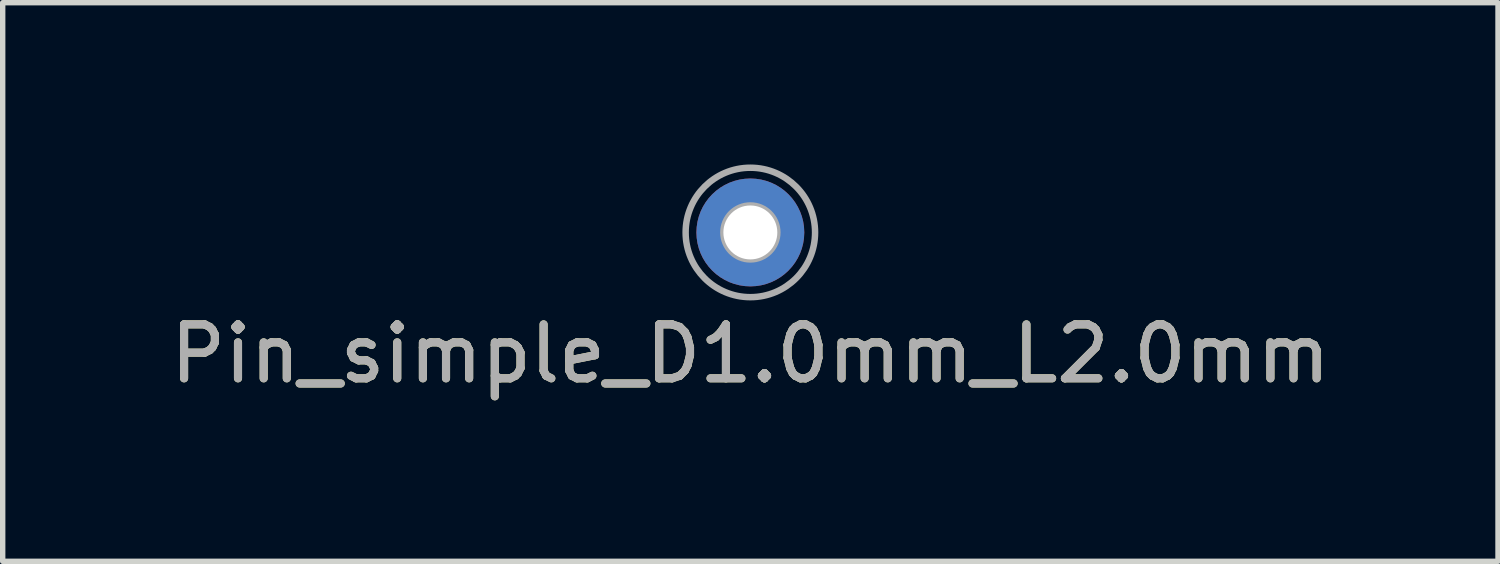
<source format=kicad_pcb>
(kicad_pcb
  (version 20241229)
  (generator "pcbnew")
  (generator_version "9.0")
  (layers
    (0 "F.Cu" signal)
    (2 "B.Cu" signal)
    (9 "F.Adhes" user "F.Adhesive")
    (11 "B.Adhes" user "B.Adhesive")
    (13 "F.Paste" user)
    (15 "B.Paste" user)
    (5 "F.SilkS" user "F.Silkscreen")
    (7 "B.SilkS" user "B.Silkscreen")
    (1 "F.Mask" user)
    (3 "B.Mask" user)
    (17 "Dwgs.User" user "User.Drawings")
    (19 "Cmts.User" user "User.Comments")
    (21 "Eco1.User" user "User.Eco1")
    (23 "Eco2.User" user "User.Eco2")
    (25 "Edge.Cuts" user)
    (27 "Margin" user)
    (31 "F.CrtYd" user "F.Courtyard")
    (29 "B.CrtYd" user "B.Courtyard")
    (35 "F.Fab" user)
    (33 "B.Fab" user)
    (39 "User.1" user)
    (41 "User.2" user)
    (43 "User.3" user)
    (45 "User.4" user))
  (footprint "Pin_simple_D1.0mm_L2.0mm"
    (layer "F.Cu")
    (at 10.863 1.26)
    (property "Reference" "Pin_simple_D1.0mm_L2.0mm" (at 0 2.25 0) (layer "F.SilkS") (effects (font (size 1 1) (thickness 0.15))))
    (attr through_hole)
    (fp_circle (center 0 0) (end 0.5 0) (stroke (width 0.12) (type solid)) (fill no) (layer "F.Fab"))
    (fp_circle (center 0 0) (end 1.2 0) (stroke (width 0.12) (type solid)) (fill no) (layer "F.Fab"))
    (fp_text user "${REFERENCE}" (at 0 2.25 0) (layer "F.Fab") (effects (font (size 1 1) (thickness 0.15))))
    (pad "1" thru_hole circle (at 0 0) (size 2 2) (drill 1) (layers "*.Cu" "*.Mask")))
  (gr_rect
    (start -3 -3)
    (end 24.726 7.358)
    (stroke (width 0.1) (type default))
    (fill no)
    (layer "Edge.Cuts")))
</source>
